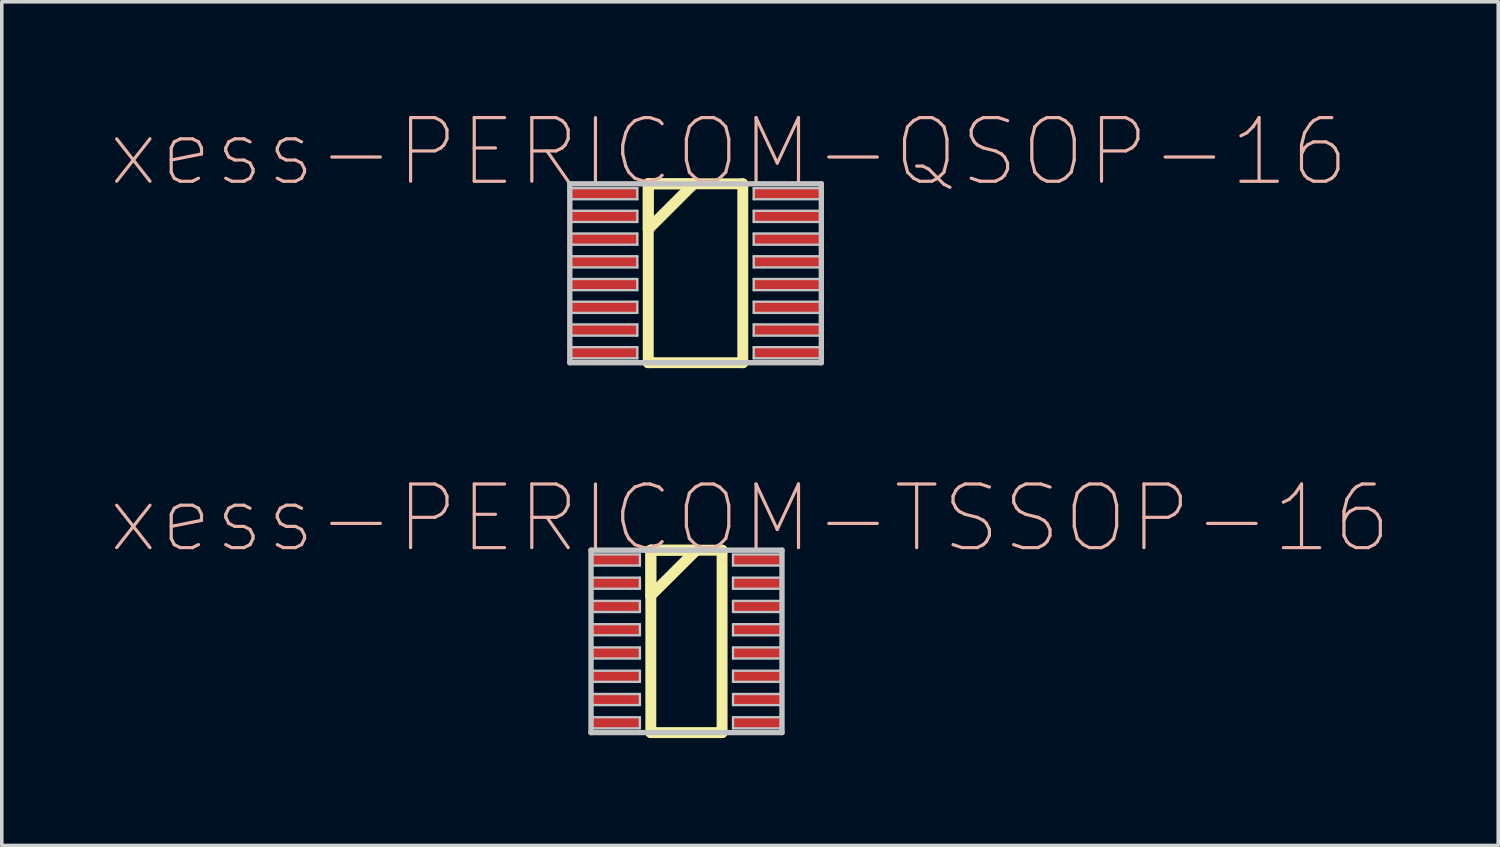
<source format=kicad_pcb>
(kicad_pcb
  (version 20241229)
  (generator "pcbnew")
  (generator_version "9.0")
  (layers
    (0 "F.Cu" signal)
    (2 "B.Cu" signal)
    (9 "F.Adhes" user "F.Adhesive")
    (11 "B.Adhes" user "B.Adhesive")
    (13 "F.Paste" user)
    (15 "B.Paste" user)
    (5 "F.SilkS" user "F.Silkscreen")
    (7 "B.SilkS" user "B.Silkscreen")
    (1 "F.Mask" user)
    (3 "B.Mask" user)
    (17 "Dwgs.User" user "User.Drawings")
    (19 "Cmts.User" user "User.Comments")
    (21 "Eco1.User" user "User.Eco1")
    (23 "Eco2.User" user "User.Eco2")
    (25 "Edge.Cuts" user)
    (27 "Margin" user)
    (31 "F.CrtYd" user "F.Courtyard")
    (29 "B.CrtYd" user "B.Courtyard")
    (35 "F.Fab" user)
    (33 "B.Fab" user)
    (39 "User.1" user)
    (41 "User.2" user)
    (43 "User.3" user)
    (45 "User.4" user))
  (footprint "xess-PERICOM-TSSOP-16"
    (layer "F.Cu")
    (at 14.255 12.596)
    (property "Reference" "xess-PERICOM-TSSOP-16" (at 3.65 -1.163 0) (layer "B.SilkS") (effects (font (size 1.778 1.778) (thickness 0.089))))
    (attr smd)
    (fp_line (start 0.879 -0.274) (end 0.879 0.993) (stroke (width 0.305) (type solid)) (layer "F.SilkS"))
    (fp_line (start 0.879 -0.274) (end 0.879 4.823) (stroke (width 0.305) (type solid)) (layer "F.SilkS"))
    (fp_line (start 0.879 0.993) (end 2.149 -0.274) (stroke (width 0.305) (type solid)) (layer "F.SilkS"))
    (fp_line (start 0.879 4.823) (end 2.87 4.823) (stroke (width 0.305) (type solid)) (layer "F.SilkS"))
    (fp_line (start 2.149 -0.274) (end 0.879 -0.274) (stroke (width 0.305) (type solid)) (layer "F.SilkS"))
    (fp_line (start 2.87 -0.274) (end 0.879 -0.274) (stroke (width 0.305) (type solid)) (layer "F.SilkS"))
    (fp_line (start 2.87 4.823) (end 2.87 -0.274) (stroke (width 0.305) (type solid)) (layer "F.SilkS"))
    (fp_line (start -0.792 -0.274) (end -0.792 4.823) (stroke (width 0.15) (type solid)) (layer "Dwgs.User"))
    (fp_line (start -0.792 -0.155) (end 0.574 -0.155) (stroke (width 0.066) (type solid)) (layer "Dwgs.User"))
    (fp_line (start -0.792 0.155) (end -0.792 -0.155) (stroke (width 0.066) (type solid)) (layer "Dwgs.User"))
    (fp_line (start -0.792 0.155) (end 0.574 0.155) (stroke (width 0.066) (type solid)) (layer "Dwgs.User"))
    (fp_line (start -0.792 0.493) (end 0.574 0.493) (stroke (width 0.066) (type solid)) (layer "Dwgs.User"))
    (fp_line (start -0.792 0.803) (end -0.792 0.493) (stroke (width 0.066) (type solid)) (layer "Dwgs.User"))
    (fp_line (start -0.792 0.803) (end 0.574 0.803) (stroke (width 0.066) (type solid)) (layer "Dwgs.User"))
    (fp_line (start -0.792 1.143) (end 0.574 1.143) (stroke (width 0.066) (type solid)) (layer "Dwgs.User"))
    (fp_line (start -0.792 1.453) (end -0.792 1.143) (stroke (width 0.066) (type solid)) (layer "Dwgs.User"))
    (fp_line (start -0.792 1.453) (end 0.574 1.453) (stroke (width 0.066) (type solid)) (layer "Dwgs.User"))
    (fp_line (start -0.792 1.793) (end 0.574 1.793) (stroke (width 0.066) (type solid)) (layer "Dwgs.User"))
    (fp_line (start -0.792 2.103) (end -0.792 1.793) (stroke (width 0.066) (type solid)) (layer "Dwgs.User"))
    (fp_line (start -0.792 2.103) (end 0.574 2.103) (stroke (width 0.066) (type solid)) (layer "Dwgs.User"))
    (fp_line (start -0.792 2.443) (end 0.574 2.443) (stroke (width 0.066) (type solid)) (layer "Dwgs.User"))
    (fp_line (start -0.792 2.753) (end -0.792 2.443) (stroke (width 0.066) (type solid)) (layer "Dwgs.User"))
    (fp_line (start -0.792 2.753) (end 0.574 2.753) (stroke (width 0.066) (type solid)) (layer "Dwgs.User"))
    (fp_line (start -0.792 3.094) (end 0.574 3.094) (stroke (width 0.066) (type solid)) (layer "Dwgs.User"))
    (fp_line (start -0.792 3.404) (end -0.792 3.094) (stroke (width 0.066) (type solid)) (layer "Dwgs.User"))
    (fp_line (start -0.792 3.404) (end 0.574 3.404) (stroke (width 0.066) (type solid)) (layer "Dwgs.User"))
    (fp_line (start -0.792 3.744) (end 0.574 3.744) (stroke (width 0.066) (type solid)) (layer "Dwgs.User"))
    (fp_line (start -0.792 4.054) (end -0.792 3.744) (stroke (width 0.066) (type solid)) (layer "Dwgs.User"))
    (fp_line (start -0.792 4.054) (end 0.574 4.054) (stroke (width 0.066) (type solid)) (layer "Dwgs.User"))
    (fp_line (start -0.792 4.394) (end 0.574 4.394) (stroke (width 0.066) (type solid)) (layer "Dwgs.User"))
    (fp_line (start -0.792 4.704) (end -0.792 4.394) (stroke (width 0.066) (type solid)) (layer "Dwgs.User"))
    (fp_line (start -0.792 4.704) (end 0.574 4.704) (stroke (width 0.066) (type solid)) (layer "Dwgs.User"))
    (fp_line (start -0.792 4.823) (end 4.544 4.823) (stroke (width 0.15) (type solid)) (layer "Dwgs.User"))
    (fp_line (start 0.574 0.155) (end 0.574 -0.155) (stroke (width 0.066) (type solid)) (layer "Dwgs.User"))
    (fp_line (start 0.574 0.803) (end 0.574 0.493) (stroke (width 0.066) (type solid)) (layer "Dwgs.User"))
    (fp_line (start 0.574 1.453) (end 0.574 1.143) (stroke (width 0.066) (type solid)) (layer "Dwgs.User"))
    (fp_line (start 0.574 2.103) (end 0.574 1.793) (stroke (width 0.066) (type solid)) (layer "Dwgs.User"))
    (fp_line (start 0.574 2.753) (end 0.574 2.443) (stroke (width 0.066) (type solid)) (layer "Dwgs.User"))
    (fp_line (start 0.574 3.404) (end 0.574 3.094) (stroke (width 0.066) (type solid)) (layer "Dwgs.User"))
    (fp_line (start 0.574 4.054) (end 0.574 3.744) (stroke (width 0.066) (type solid)) (layer "Dwgs.User"))
    (fp_line (start 0.574 4.704) (end 0.574 4.394) (stroke (width 0.066) (type solid)) (layer "Dwgs.User"))
    (fp_line (start 3.175 -0.155) (end 4.544 -0.155) (stroke (width 0.066) (type solid)) (layer "Dwgs.User"))
    (fp_line (start 3.175 0.155) (end 3.175 -0.155) (stroke (width 0.066) (type solid)) (layer "Dwgs.User"))
    (fp_line (start 3.175 0.155) (end 4.544 0.155) (stroke (width 0.066) (type solid)) (layer "Dwgs.User"))
    (fp_line (start 3.175 0.493) (end 4.544 0.493) (stroke (width 0.066) (type solid)) (layer "Dwgs.User"))
    (fp_line (start 3.175 0.803) (end 3.175 0.493) (stroke (width 0.066) (type solid)) (layer "Dwgs.User"))
    (fp_line (start 3.175 0.803) (end 4.544 0.803) (stroke (width 0.066) (type solid)) (layer "Dwgs.User"))
    (fp_line (start 3.175 1.143) (end 4.544 1.143) (stroke (width 0.066) (type solid)) (layer "Dwgs.User"))
    (fp_line (start 3.175 1.453) (end 3.175 1.143) (stroke (width 0.066) (type solid)) (layer "Dwgs.User"))
    (fp_line (start 3.175 1.453) (end 4.544 1.453) (stroke (width 0.066) (type solid)) (layer "Dwgs.User"))
    (fp_line (start 3.175 1.793) (end 4.544 1.793) (stroke (width 0.066) (type solid)) (layer "Dwgs.User"))
    (fp_line (start 3.175 2.103) (end 3.175 1.793) (stroke (width 0.066) (type solid)) (layer "Dwgs.User"))
    (fp_line (start 3.175 2.103) (end 4.544 2.103) (stroke (width 0.066) (type solid)) (layer "Dwgs.User"))
    (fp_line (start 3.175 2.443) (end 4.544 2.443) (stroke (width 0.066) (type solid)) (layer "Dwgs.User"))
    (fp_line (start 3.175 2.753) (end 3.175 2.443) (stroke (width 0.066) (type solid)) (layer "Dwgs.User"))
    (fp_line (start 3.175 2.753) (end 4.544 2.753) (stroke (width 0.066) (type solid)) (layer "Dwgs.User"))
    (fp_line (start 3.175 3.094) (end 4.544 3.094) (stroke (width 0.066) (type solid)) (layer "Dwgs.User"))
    (fp_line (start 3.175 3.404) (end 3.175 3.094) (stroke (width 0.066) (type solid)) (layer "Dwgs.User"))
    (fp_line (start 3.175 3.404) (end 4.544 3.404) (stroke (width 0.066) (type solid)) (layer "Dwgs.User"))
    (fp_line (start 3.175 3.744) (end 4.544 3.744) (stroke (width 0.066) (type solid)) (layer "Dwgs.User"))
    (fp_line (start 3.175 4.054) (end 3.175 3.744) (stroke (width 0.066) (type solid)) (layer "Dwgs.User"))
    (fp_line (start 3.175 4.054) (end 4.544 4.054) (stroke (width 0.066) (type solid)) (layer "Dwgs.User"))
    (fp_line (start 3.175 4.394) (end 4.544 4.394) (stroke (width 0.066) (type solid)) (layer "Dwgs.User"))
    (fp_line (start 3.175 4.704) (end 3.175 4.394) (stroke (width 0.066) (type solid)) (layer "Dwgs.User"))
    (fp_line (start 3.175 4.704) (end 4.544 4.704) (stroke (width 0.066) (type solid)) (layer "Dwgs.User"))
    (fp_line (start 4.544 -0.274) (end -0.792 -0.274) (stroke (width 0.15) (type solid)) (layer "Dwgs.User"))
    (fp_line (start 4.544 0.155) (end 4.544 -0.155) (stroke (width 0.066) (type solid)) (layer "Dwgs.User"))
    (fp_line (start 4.544 0.803) (end 4.544 0.493) (stroke (width 0.066) (type solid)) (layer "Dwgs.User"))
    (fp_line (start 4.544 1.453) (end 4.544 1.143) (stroke (width 0.066) (type solid)) (layer "Dwgs.User"))
    (fp_line (start 4.544 2.103) (end 4.544 1.793) (stroke (width 0.066) (type solid)) (layer "Dwgs.User"))
    (fp_line (start 4.544 2.753) (end 4.544 2.443) (stroke (width 0.066) (type solid)) (layer "Dwgs.User"))
    (fp_line (start 4.544 3.404) (end 4.544 3.094) (stroke (width 0.066) (type solid)) (layer "Dwgs.User"))
    (fp_line (start 4.544 4.054) (end 4.544 3.744) (stroke (width 0.066) (type solid)) (layer "Dwgs.User"))
    (fp_line (start 4.544 4.704) (end 4.544 4.394) (stroke (width 0.066) (type solid)) (layer "Dwgs.User"))
    (fp_line (start 4.544 4.823) (end 4.544 -0.274) (stroke (width 0.15) (type solid)) (layer "Dwgs.User"))
    (pad "1" smd rect (at -0.109 0) (size 1.369 0.31) (layers "F.Cu" "F.Mask" "F.Paste"))
    (pad "2" smd rect (at -0.109 0.648) (size 1.369 0.31) (layers "F.Cu" "F.Mask" "F.Paste"))
    (pad "3" smd rect (at -0.109 1.298) (size 1.369 0.31) (layers "F.Cu" "F.Mask" "F.Paste"))
    (pad "4" smd rect (at -0.109 1.948) (size 1.369 0.31) (layers "F.Cu" "F.Mask" "F.Paste"))
    (pad "5" smd rect (at -0.109 2.598) (size 1.369 0.31) (layers "F.Cu" "F.Mask" "F.Paste"))
    (pad "6" smd rect (at -0.109 3.249) (size 1.369 0.31) (layers "F.Cu" "F.Mask" "F.Paste"))
    (pad "7" smd rect (at -0.109 3.899) (size 1.369 0.31) (layers "F.Cu" "F.Mask" "F.Paste"))
    (pad "8" smd rect (at -0.109 4.549) (size 1.369 0.31) (layers "F.Cu" "F.Mask" "F.Paste"))
    (pad "9" smd rect (at 3.858 4.549) (size 1.369 0.31) (layers "F.Cu" "F.Mask" "F.Paste"))
    (pad "10" smd rect (at 3.858 3.899) (size 1.369 0.31) (layers "F.Cu" "F.Mask" "F.Paste"))
    (pad "11" smd rect (at 3.858 3.249) (size 1.369 0.31) (layers "F.Cu" "F.Mask" "F.Paste"))
    (pad "12" smd rect (at 3.858 2.598) (size 1.369 0.31) (layers "F.Cu" "F.Mask" "F.Paste"))
    (pad "13" smd rect (at 3.858 1.948) (size 1.369 0.31) (layers "F.Cu" "F.Mask" "F.Paste"))
    (pad "14" smd rect (at 3.858 1.298) (size 1.369 0.31) (layers "F.Cu" "F.Mask" "F.Paste"))
    (pad "15" smd rect (at 3.858 0.648) (size 1.369 0.31) (layers "F.Cu" "F.Mask" "F.Paste"))
    (pad "16" smd rect (at 3.858 0) (size 1.369 0.31) (layers "F.Cu" "F.Mask" "F.Paste")))
  (footprint "xess-PERICOM-QSOP-16"
    (layer "F.Cu")
    (at 13.924 2.362)
    (property "Reference" "xess-PERICOM-QSOP-16" (at 3.388 -1.166 0) (layer "B.SilkS") (effects (font (size 1.778 1.778) (thickness 0.089))))
    (attr smd)
    (fp_line (start 1.138 -0.277) (end 1.138 0.991) (stroke (width 0.305) (type solid)) (layer "F.SilkS"))
    (fp_line (start 1.138 -0.277) (end 1.138 4.722) (stroke (width 0.305) (type solid)) (layer "F.SilkS"))
    (fp_line (start 1.138 0.991) (end 2.408 -0.277) (stroke (width 0.305) (type solid)) (layer "F.SilkS"))
    (fp_line (start 1.138 4.722) (end 3.78 4.722) (stroke (width 0.305) (type solid)) (layer "F.SilkS"))
    (fp_line (start 2.408 -0.277) (end 1.138 -0.277) (stroke (width 0.305) (type solid)) (layer "F.SilkS"))
    (fp_line (start 3.78 -0.277) (end 1.138 -0.277) (stroke (width 0.305) (type solid)) (layer "F.SilkS"))
    (fp_line (start 3.78 4.722) (end 3.78 -0.277) (stroke (width 0.305) (type solid)) (layer "F.SilkS"))
    (fp_line (start -1.054 -0.277) (end -1.054 4.722) (stroke (width 0.15) (type solid)) (layer "Dwgs.User"))
    (fp_line (start -1.054 -0.155) (end 0.833 -0.155) (stroke (width 0.066) (type solid)) (layer "Dwgs.User"))
    (fp_line (start -1.054 0.155) (end -1.054 -0.155) (stroke (width 0.066) (type solid)) (layer "Dwgs.User"))
    (fp_line (start -1.054 0.155) (end 0.833 0.155) (stroke (width 0.066) (type solid)) (layer "Dwgs.User"))
    (fp_line (start -1.054 0.478) (end 0.833 0.478) (stroke (width 0.066) (type solid)) (layer "Dwgs.User"))
    (fp_line (start -1.054 0.79) (end -1.054 0.478) (stroke (width 0.066) (type solid)) (layer "Dwgs.User"))
    (fp_line (start -1.054 0.79) (end 0.833 0.79) (stroke (width 0.066) (type solid)) (layer "Dwgs.User"))
    (fp_line (start -1.054 1.113) (end 0.833 1.113) (stroke (width 0.066) (type solid)) (layer "Dwgs.User"))
    (fp_line (start -1.054 1.425) (end -1.054 1.113) (stroke (width 0.066) (type solid)) (layer "Dwgs.User"))
    (fp_line (start -1.054 1.425) (end 0.833 1.425) (stroke (width 0.066) (type solid)) (layer "Dwgs.User"))
    (fp_line (start -1.054 1.748) (end 0.833 1.748) (stroke (width 0.066) (type solid)) (layer "Dwgs.User"))
    (fp_line (start -1.054 2.06) (end -1.054 1.748) (stroke (width 0.066) (type solid)) (layer "Dwgs.User"))
    (fp_line (start -1.054 2.06) (end 0.833 2.06) (stroke (width 0.066) (type solid)) (layer "Dwgs.User"))
    (fp_line (start -1.054 2.383) (end 0.833 2.383) (stroke (width 0.066) (type solid)) (layer "Dwgs.User"))
    (fp_line (start -1.054 2.695) (end -1.054 2.383) (stroke (width 0.066) (type solid)) (layer "Dwgs.User"))
    (fp_line (start -1.054 2.695) (end 0.833 2.695) (stroke (width 0.066) (type solid)) (layer "Dwgs.User"))
    (fp_line (start -1.054 3.018) (end 0.833 3.018) (stroke (width 0.066) (type solid)) (layer "Dwgs.User"))
    (fp_line (start -1.054 3.33) (end -1.054 3.018) (stroke (width 0.066) (type solid)) (layer "Dwgs.User"))
    (fp_line (start -1.054 3.33) (end 0.833 3.33) (stroke (width 0.066) (type solid)) (layer "Dwgs.User"))
    (fp_line (start -1.054 3.653) (end 0.833 3.653) (stroke (width 0.066) (type solid)) (layer "Dwgs.User"))
    (fp_line (start -1.054 3.965) (end -1.054 3.653) (stroke (width 0.066) (type solid)) (layer "Dwgs.User"))
    (fp_line (start -1.054 3.965) (end 0.833 3.965) (stroke (width 0.066) (type solid)) (layer "Dwgs.User"))
    (fp_line (start -1.054 4.288) (end 0.833 4.288) (stroke (width 0.066) (type solid)) (layer "Dwgs.User"))
    (fp_line (start -1.054 4.6) (end -1.054 4.288) (stroke (width 0.066) (type solid)) (layer "Dwgs.User"))
    (fp_line (start -1.054 4.6) (end 0.833 4.6) (stroke (width 0.066) (type solid)) (layer "Dwgs.User"))
    (fp_line (start -1.054 4.722) (end 5.974 4.722) (stroke (width 0.15) (type solid)) (layer "Dwgs.User"))
    (fp_line (start 0.833 0.155) (end 0.833 -0.155) (stroke (width 0.066) (type solid)) (layer "Dwgs.User"))
    (fp_line (start 0.833 0.79) (end 0.833 0.478) (stroke (width 0.066) (type solid)) (layer "Dwgs.User"))
    (fp_line (start 0.833 1.425) (end 0.833 1.113) (stroke (width 0.066) (type solid)) (layer "Dwgs.User"))
    (fp_line (start 0.833 2.06) (end 0.833 1.748) (stroke (width 0.066) (type solid)) (layer "Dwgs.User"))
    (fp_line (start 0.833 2.695) (end 0.833 2.383) (stroke (width 0.066) (type solid)) (layer "Dwgs.User"))
    (fp_line (start 0.833 3.33) (end 0.833 3.018) (stroke (width 0.066) (type solid)) (layer "Dwgs.User"))
    (fp_line (start 0.833 3.965) (end 0.833 3.653) (stroke (width 0.066) (type solid)) (layer "Dwgs.User"))
    (fp_line (start 0.833 4.6) (end 0.833 4.288) (stroke (width 0.066) (type solid)) (layer "Dwgs.User"))
    (fp_line (start 4.084 -0.155) (end 5.974 -0.155) (stroke (width 0.066) (type solid)) (layer "Dwgs.User"))
    (fp_line (start 4.084 0.155) (end 4.084 -0.155) (stroke (width 0.066) (type solid)) (layer "Dwgs.User"))
    (fp_line (start 4.084 0.155) (end 5.974 0.155) (stroke (width 0.066) (type solid)) (layer "Dwgs.User"))
    (fp_line (start 4.084 0.478) (end 5.974 0.478) (stroke (width 0.066) (type solid)) (layer "Dwgs.User"))
    (fp_line (start 4.084 0.79) (end 4.084 0.478) (stroke (width 0.066) (type solid)) (layer "Dwgs.User"))
    (fp_line (start 4.084 0.79) (end 5.974 0.79) (stroke (width 0.066) (type solid)) (layer "Dwgs.User"))
    (fp_line (start 4.084 1.113) (end 5.974 1.113) (stroke (width 0.066) (type solid)) (layer "Dwgs.User"))
    (fp_line (start 4.084 1.425) (end 4.084 1.113) (stroke (width 0.066) (type solid)) (layer "Dwgs.User"))
    (fp_line (start 4.084 1.425) (end 5.974 1.425) (stroke (width 0.066) (type solid)) (layer "Dwgs.User"))
    (fp_line (start 4.084 1.748) (end 5.974 1.748) (stroke (width 0.066) (type solid)) (layer "Dwgs.User"))
    (fp_line (start 4.084 2.06) (end 4.084 1.748) (stroke (width 0.066) (type solid)) (layer "Dwgs.User"))
    (fp_line (start 4.084 2.06) (end 5.974 2.06) (stroke (width 0.066) (type solid)) (layer "Dwgs.User"))
    (fp_line (start 4.084 2.383) (end 5.974 2.383) (stroke (width 0.066) (type solid)) (layer "Dwgs.User"))
    (fp_line (start 4.084 2.695) (end 4.084 2.383) (stroke (width 0.066) (type solid)) (layer "Dwgs.User"))
    (fp_line (start 4.084 2.695) (end 5.974 2.695) (stroke (width 0.066) (type solid)) (layer "Dwgs.User"))
    (fp_line (start 4.084 3.018) (end 5.974 3.018) (stroke (width 0.066) (type solid)) (layer "Dwgs.User"))
    (fp_line (start 4.084 3.33) (end 4.084 3.018) (stroke (width 0.066) (type solid)) (layer "Dwgs.User"))
    (fp_line (start 4.084 3.33) (end 5.974 3.33) (stroke (width 0.066) (type solid)) (layer "Dwgs.User"))
    (fp_line (start 4.084 3.653) (end 5.974 3.653) (stroke (width 0.066) (type solid)) (layer "Dwgs.User"))
    (fp_line (start 4.084 3.965) (end 4.084 3.653) (stroke (width 0.066) (type solid)) (layer "Dwgs.User"))
    (fp_line (start 4.084 3.965) (end 5.974 3.965) (stroke (width 0.066) (type solid)) (layer "Dwgs.User"))
    (fp_line (start 4.084 4.288) (end 5.974 4.288) (stroke (width 0.066) (type solid)) (layer "Dwgs.User"))
    (fp_line (start 4.084 4.6) (end 4.084 4.288) (stroke (width 0.066) (type solid)) (layer "Dwgs.User"))
    (fp_line (start 4.084 4.6) (end 5.974 4.6) (stroke (width 0.066) (type solid)) (layer "Dwgs.User"))
    (fp_line (start 5.974 -0.277) (end -1.054 -0.277) (stroke (width 0.15) (type solid)) (layer "Dwgs.User"))
    (fp_line (start 5.974 0.155) (end 5.974 -0.155) (stroke (width 0.066) (type solid)) (layer "Dwgs.User"))
    (fp_line (start 5.974 0.79) (end 5.974 0.478) (stroke (width 0.066) (type solid)) (layer "Dwgs.User"))
    (fp_line (start 5.974 1.425) (end 5.974 1.113) (stroke (width 0.066) (type solid)) (layer "Dwgs.User"))
    (fp_line (start 5.974 2.06) (end 5.974 1.748) (stroke (width 0.066) (type solid)) (layer "Dwgs.User"))
    (fp_line (start 5.974 2.695) (end 5.974 2.383) (stroke (width 0.066) (type solid)) (layer "Dwgs.User"))
    (fp_line (start 5.974 3.33) (end 5.974 3.018) (stroke (width 0.066) (type solid)) (layer "Dwgs.User"))
    (fp_line (start 5.974 3.965) (end 5.974 3.653) (stroke (width 0.066) (type solid)) (layer "Dwgs.User"))
    (fp_line (start 5.974 4.6) (end 5.974 4.288) (stroke (width 0.066) (type solid)) (layer "Dwgs.User"))
    (fp_line (start 5.974 4.722) (end 5.974 -0.277) (stroke (width 0.15) (type solid)) (layer "Dwgs.User"))
    (pad "1" smd rect (at -0.109 0) (size 1.89 0.31) (layers "F.Cu" "F.Mask" "F.Paste"))
    (pad "2" smd rect (at -0.109 0.635) (size 1.89 0.31) (layers "F.Cu" "F.Mask" "F.Paste"))
    (pad "3" smd rect (at -0.109 1.27) (size 1.89 0.31) (layers "F.Cu" "F.Mask" "F.Paste"))
    (pad "4" smd rect (at -0.109 1.905) (size 1.89 0.31) (layers "F.Cu" "F.Mask" "F.Paste"))
    (pad "5" smd rect (at -0.109 2.54) (size 1.89 0.31) (layers "F.Cu" "F.Mask" "F.Paste"))
    (pad "6" smd rect (at -0.109 3.175) (size 1.89 0.31) (layers "F.Cu" "F.Mask" "F.Paste"))
    (pad "7" smd rect (at -0.109 3.81) (size 1.89 0.31) (layers "F.Cu" "F.Mask" "F.Paste"))
    (pad "8" smd rect (at -0.109 4.445) (size 1.89 0.31) (layers "F.Cu" "F.Mask" "F.Paste"))
    (pad "9" smd rect (at 5.029 4.445) (size 1.89 0.31) (layers "F.Cu" "F.Mask" "F.Paste"))
    (pad "10" smd rect (at 5.029 3.81) (size 1.89 0.31) (layers "F.Cu" "F.Mask" "F.Paste"))
    (pad "11" smd rect (at 5.029 3.175) (size 1.89 0.31) (layers "F.Cu" "F.Mask" "F.Paste"))
    (pad "12" smd rect (at 5.029 2.54) (size 1.89 0.31) (layers "F.Cu" "F.Mask" "F.Paste"))
    (pad "13" smd rect (at 5.029 1.905) (size 1.89 0.31) (layers "F.Cu" "F.Mask" "F.Paste"))
    (pad "14" smd rect (at 5.029 1.27) (size 1.89 0.31) (layers "F.Cu" "F.Mask" "F.Paste"))
    (pad "15" smd rect (at 5.029 0.635) (size 1.89 0.31) (layers "F.Cu" "F.Mask" "F.Paste"))
    (pad "16" smd rect (at 5.029 0) (size 1.89 0.31) (layers "F.Cu" "F.Mask" "F.Paste")))
  (gr_rect
    (start -3 -3)
    (end 38.81 20.572)
    (stroke (width 0.1) (type default))
    (fill no)
    (layer "Edge.Cuts")))
</source>
